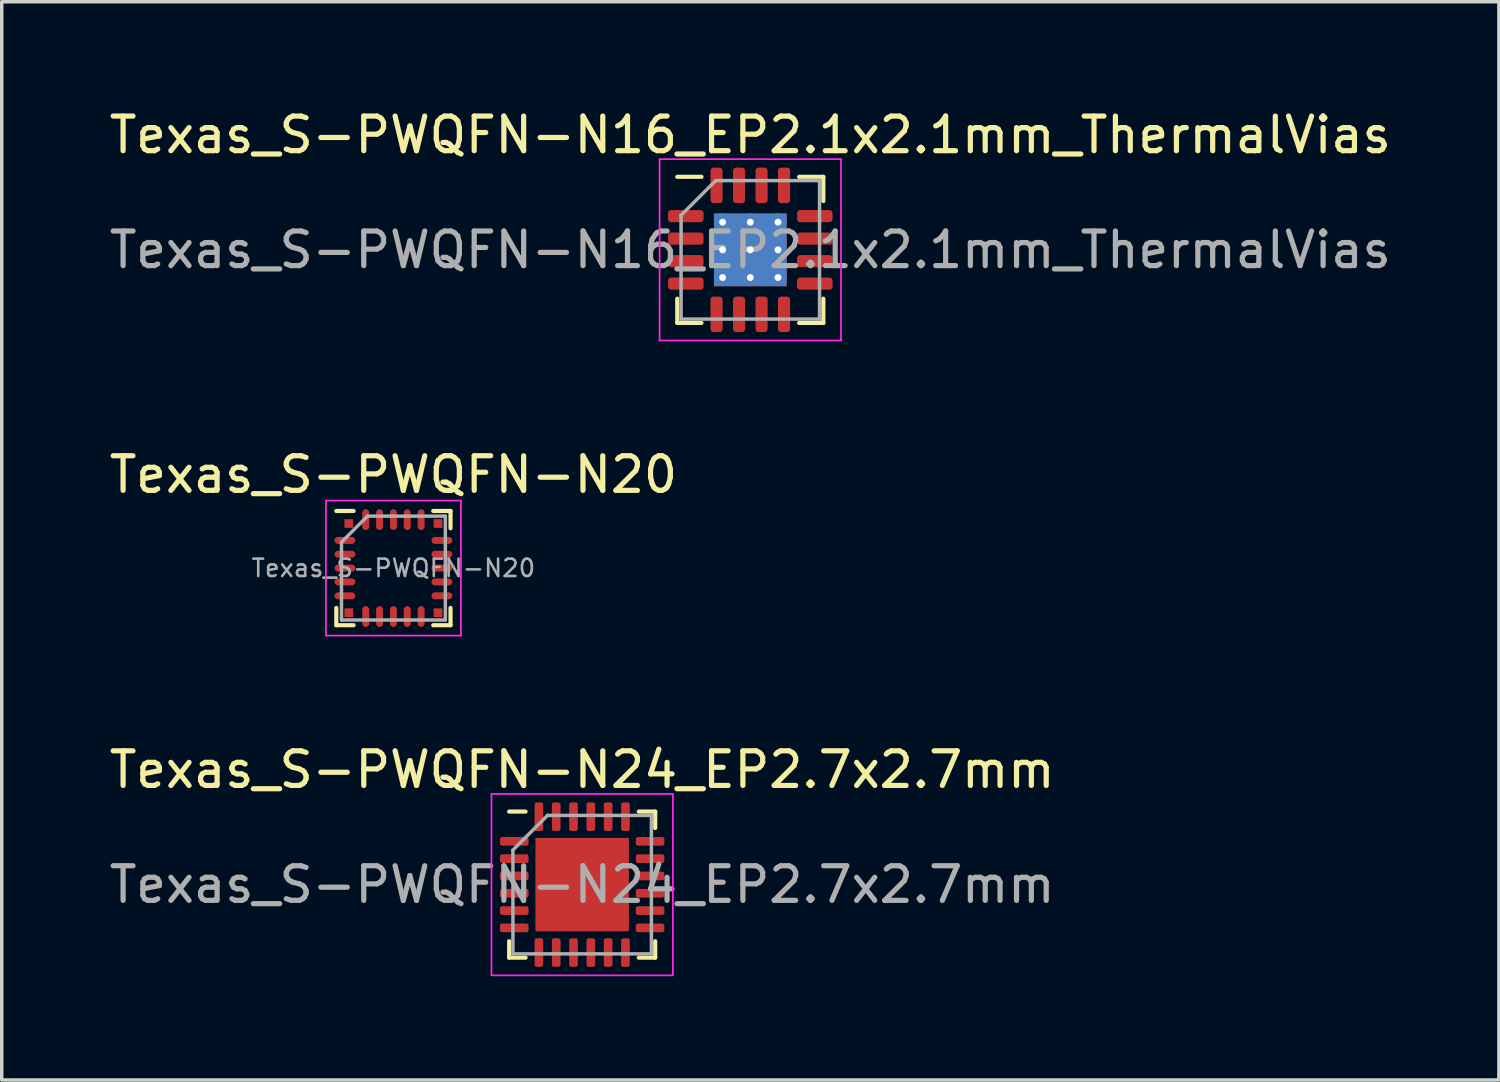
<source format=kicad_pcb>
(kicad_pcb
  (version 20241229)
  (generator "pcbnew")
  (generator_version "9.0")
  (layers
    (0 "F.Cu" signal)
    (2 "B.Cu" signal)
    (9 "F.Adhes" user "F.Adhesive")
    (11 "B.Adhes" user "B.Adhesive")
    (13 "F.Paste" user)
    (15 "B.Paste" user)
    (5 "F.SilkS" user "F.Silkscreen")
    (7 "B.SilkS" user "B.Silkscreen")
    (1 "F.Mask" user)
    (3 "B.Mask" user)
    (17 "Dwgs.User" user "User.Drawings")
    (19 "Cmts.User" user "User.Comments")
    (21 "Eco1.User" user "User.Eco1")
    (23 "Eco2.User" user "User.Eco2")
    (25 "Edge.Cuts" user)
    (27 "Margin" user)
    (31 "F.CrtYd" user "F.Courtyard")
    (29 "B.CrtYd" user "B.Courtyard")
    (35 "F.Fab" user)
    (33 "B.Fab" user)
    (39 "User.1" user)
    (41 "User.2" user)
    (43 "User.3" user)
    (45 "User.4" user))
  (footprint "Texas_S-PWQFN-N20"
    (layer "F.Cu")
    (at 8.315 13.361)
    (property "Reference" "Texas_S-PWQFN-N20" (at 0 -2.7 0) (layer "F.SilkS") (effects (font (size 1 1) (thickness 0.15))))
    (attr smd)
    (fp_line (start -1.65 1.65) (end -1.65 1.15) (stroke (width 0.12) (type solid)) (layer "F.SilkS"))
    (fp_line (start -1.15 -1.65) (end -1.65 -1.65) (stroke (width 0.12) (type solid)) (layer "F.SilkS"))
    (fp_line (start -1.15 1.65) (end -1.65 1.65) (stroke (width 0.12) (type solid)) (layer "F.SilkS"))
    (fp_line (start 1.15 -1.65) (end 1.65 -1.65) (stroke (width 0.12) (type solid)) (layer "F.SilkS"))
    (fp_line (start 1.15 1.65) (end 1.65 1.65) (stroke (width 0.12) (type solid)) (layer "F.SilkS"))
    (fp_line (start 1.65 -1.65) (end 1.65 -1.15) (stroke (width 0.12) (type solid)) (layer "F.SilkS"))
    (fp_line (start 1.65 1.65) (end 1.65 1.15) (stroke (width 0.12) (type solid)) (layer "F.SilkS"))
    (fp_line (start -1.95 -1.95) (end 1.95 -1.95) (stroke (width 0.05) (type solid)) (layer "F.CrtYd"))
    (fp_line (start -1.95 1.95) (end -1.95 -1.95) (stroke (width 0.05) (type solid)) (layer "F.CrtYd"))
    (fp_line (start 1.95 -1.95) (end 1.95 1.95) (stroke (width 0.05) (type solid)) (layer "F.CrtYd"))
    (fp_line (start 1.95 1.95) (end -1.95 1.95) (stroke (width 0.05) (type solid)) (layer "F.CrtYd"))
    (fp_line (start -1.5 -0.75) (end -1.5 1.5) (stroke (width 0.1) (type solid)) (layer "F.Fab"))
    (fp_line (start -1.5 1.5) (end 1.5 1.5) (stroke (width 0.1) (type solid)) (layer "F.Fab"))
    (fp_line (start -0.75 -1.5) (end -1.5 -0.75) (stroke (width 0.1) (type solid)) (layer "F.Fab"))
    (fp_line (start 1.5 -1.5) (end -0.75 -1.5) (stroke (width 0.1) (type solid)) (layer "F.Fab"))
    (fp_line (start 1.5 1.5) (end 1.5 -1.5) (stroke (width 0.1) (type solid)) (layer "F.Fab"))
    (fp_text user "${REFERENCE}" (at 0 0 0) (layer "F.Fab") (effects (font (size 0.5 0.5) (thickness 0.075))))
    (pad "" smd rect (at -1.288 -1.288) (size 0.25 0.25) (layers "F.Cu" "F.Mask" "F.Paste"))
    (pad "" smd rect (at -1.288 1.288) (size 0.25 0.25) (layers "F.Cu" "F.Mask" "F.Paste"))
    (pad "" smd rect (at 1.288 -1.288) (size 0.25 0.25) (layers "F.Cu" "F.Mask" "F.Paste"))
    (pad "" smd rect (at 1.288 1.288) (size 0.25 0.25) (layers "F.Cu" "F.Mask" "F.Paste"))
    (pad "1" smd oval (at -1.4 -0.8 90) (size 0.2 0.6) (layers "F.Cu" "F.Mask" "F.Paste"))
    (pad "2" smd oval (at -1.4 -0.4 90) (size 0.2 0.6) (layers "F.Cu" "F.Mask" "F.Paste"))
    (pad "3" smd oval (at -1.4 0 90) (size 0.2 0.6) (layers "F.Cu" "F.Mask" "F.Paste"))
    (pad "4" smd oval (at -1.4 0.4 90) (size 0.2 0.6) (layers "F.Cu" "F.Mask" "F.Paste"))
    (pad "5" smd oval (at -1.4 0.8 90) (size 0.2 0.6) (layers "F.Cu" "F.Mask" "F.Paste"))
    (pad "6" smd oval (at -0.8 1.4) (size 0.2 0.6) (layers "F.Cu" "F.Mask" "F.Paste"))
    (pad "7" smd oval (at -0.4 1.4) (size 0.2 0.6) (layers "F.Cu" "F.Mask" "F.Paste"))
    (pad "8" smd oval (at 0 1.4) (size 0.2 0.6) (layers "F.Cu" "F.Mask" "F.Paste"))
    (pad "9" smd oval (at 0.4 1.4) (size 0.2 0.6) (layers "F.Cu" "F.Mask" "F.Paste"))
    (pad "10" smd oval (at 0.8 1.4) (size 0.2 0.6) (layers "F.Cu" "F.Mask" "F.Paste"))
    (pad "11" smd oval (at 1.4 0.8 90) (size 0.2 0.6) (layers "F.Cu" "F.Mask" "F.Paste"))
    (pad "12" smd oval (at 1.4 0.4 90) (size 0.2 0.6) (layers "F.Cu" "F.Mask" "F.Paste"))
    (pad "13" smd oval (at 1.4 0 90) (size 0.2 0.6) (layers "F.Cu" "F.Mask" "F.Paste"))
    (pad "14" smd oval (at 1.4 -0.4 90) (size 0.2 0.6) (layers "F.Cu" "F.Mask" "F.Paste"))
    (pad "15" smd oval (at 1.4 -0.8 90) (size 0.2 0.6) (layers "F.Cu" "F.Mask" "F.Paste"))
    (pad "16" smd oval (at 0.8 -1.4) (size 0.2 0.6) (layers "F.Cu" "F.Mask" "F.Paste"))
    (pad "17" smd oval (at 0.4 -1.4) (size 0.2 0.6) (layers "F.Cu" "F.Mask" "F.Paste"))
    (pad "18" smd oval (at 0 -1.4) (size 0.2 0.6) (layers "F.Cu" "F.Mask" "F.Paste"))
    (pad "19" smd oval (at -0.4 -1.4) (size 0.2 0.6) (layers "F.Cu" "F.Mask" "F.Paste"))
    (pad "20" smd oval (at -0.8 -1.4) (size 0.2 0.6) (layers "F.Cu" "F.Mask" "F.Paste")))
  (footprint "Texas_S-PWQFN-N24_EP2.7x2.7mm"
    (layer "F.Cu")
    (at 13.768 22.505)
    (property "Reference" "Texas_S-PWQFN-N24_EP2.7x2.7mm" (at 0 -3.32 0) (layer "F.SilkS") (effects (font (size 1 1) (thickness 0.15))))
    (attr smd)
    (fp_line (start -2.11 2.11) (end -2.11 1.635) (stroke (width 0.12) (type solid)) (layer "F.SilkS"))
    (fp_line (start -1.635 -2.11) (end -2.11 -2.11) (stroke (width 0.12) (type solid)) (layer "F.SilkS"))
    (fp_line (start -1.635 2.11) (end -2.11 2.11) (stroke (width 0.12) (type solid)) (layer "F.SilkS"))
    (fp_line (start 1.635 -2.11) (end 2.11 -2.11) (stroke (width 0.12) (type solid)) (layer "F.SilkS"))
    (fp_line (start 1.635 2.11) (end 2.11 2.11) (stroke (width 0.12) (type solid)) (layer "F.SilkS"))
    (fp_line (start 2.11 -2.11) (end 2.11 -1.635) (stroke (width 0.12) (type solid)) (layer "F.SilkS"))
    (fp_line (start 2.11 2.11) (end 2.11 1.635) (stroke (width 0.12) (type solid)) (layer "F.SilkS"))
    (fp_line (start -2.62 -2.62) (end -2.62 2.62) (stroke (width 0.05) (type solid)) (layer "F.CrtYd"))
    (fp_line (start -2.62 2.62) (end 2.62 2.62) (stroke (width 0.05) (type solid)) (layer "F.CrtYd"))
    (fp_line (start 2.62 -2.62) (end -2.62 -2.62) (stroke (width 0.05) (type solid)) (layer "F.CrtYd"))
    (fp_line (start 2.62 2.62) (end 2.62 -2.62) (stroke (width 0.05) (type solid)) (layer "F.CrtYd"))
    (fp_line (start -2 -1) (end -1 -2) (stroke (width 0.1) (type solid)) (layer "F.Fab"))
    (fp_line (start -2 2) (end -2 -1) (stroke (width 0.1) (type solid)) (layer "F.Fab"))
    (fp_line (start -1 -2) (end 2 -2) (stroke (width 0.1) (type solid)) (layer "F.Fab"))
    (fp_line (start 2 -2) (end 2 2) (stroke (width 0.1) (type solid)) (layer "F.Fab"))
    (fp_line (start 2 2) (end -2 2) (stroke (width 0.1) (type solid)) (layer "F.Fab"))
    (fp_text user "${REFERENCE}" (at 0 0 0) (layer "F.Fab") (effects (font (size 1 1) (thickness 0.15))))
    (pad "" smd roundrect (at -0.675 -0.675) (size 1.09 1.09) (layers "F.Paste") (roundrect_rratio 0.229))
    (pad "" smd roundrect (at -0.675 0.675) (size 1.09 1.09) (layers "F.Paste") (roundrect_rratio 0.229))
    (pad "" smd roundrect (at 0.675 -0.675) (size 1.09 1.09) (layers "F.Paste") (roundrect_rratio 0.229))
    (pad "" smd roundrect (at 0.675 0.675) (size 1.09 1.09) (layers "F.Paste") (roundrect_rratio 0.229))
    (pad "1" smd roundrect (at -1.962 -1.25) (size 0.825 0.25) (layers "F.Cu" "F.Mask" "F.Paste") (roundrect_rratio 0.25))
    (pad "2" smd roundrect (at -1.962 -0.75) (size 0.825 0.25) (layers "F.Cu" "F.Mask" "F.Paste") (roundrect_rratio 0.25))
    (pad "3" smd roundrect (at -1.962 -0.25) (size 0.825 0.25) (layers "F.Cu" "F.Mask" "F.Paste") (roundrect_rratio 0.25))
    (pad "4" smd roundrect (at -1.962 0.25) (size 0.825 0.25) (layers "F.Cu" "F.Mask" "F.Paste") (roundrect_rratio 0.25))
    (pad "5" smd roundrect (at -1.962 0.75) (size 0.825 0.25) (layers "F.Cu" "F.Mask" "F.Paste") (roundrect_rratio 0.25))
    (pad "6" smd roundrect (at -1.962 1.25) (size 0.825 0.25) (layers "F.Cu" "F.Mask" "F.Paste") (roundrect_rratio 0.25))
    (pad "7" smd roundrect (at -1.25 1.962) (size 0.25 0.825) (layers "F.Cu" "F.Mask" "F.Paste") (roundrect_rratio 0.25))
    (pad "8" smd roundrect (at -0.75 1.962) (size 0.25 0.825) (layers "F.Cu" "F.Mask" "F.Paste") (roundrect_rratio 0.25))
    (pad "9" smd roundrect (at -0.25 1.962) (size 0.25 0.825) (layers "F.Cu" "F.Mask" "F.Paste") (roundrect_rratio 0.25))
    (pad "10" smd roundrect (at 0.25 1.962) (size 0.25 0.825) (layers "F.Cu" "F.Mask" "F.Paste") (roundrect_rratio 0.25))
    (pad "11" smd roundrect (at 0.75 1.962) (size 0.25 0.825) (layers "F.Cu" "F.Mask" "F.Paste") (roundrect_rratio 0.25))
    (pad "12" smd roundrect (at 1.25 1.962) (size 0.25 0.825) (layers "F.Cu" "F.Mask" "F.Paste") (roundrect_rratio 0.25))
    (pad "13" smd roundrect (at 1.962 1.25) (size 0.825 0.25) (layers "F.Cu" "F.Mask" "F.Paste") (roundrect_rratio 0.25))
    (pad "14" smd roundrect (at 1.962 0.75) (size 0.825 0.25) (layers "F.Cu" "F.Mask" "F.Paste") (roundrect_rratio 0.25))
    (pad "15" smd roundrect (at 1.962 0.25) (size 0.825 0.25) (layers "F.Cu" "F.Mask" "F.Paste") (roundrect_rratio 0.25))
    (pad "16" smd roundrect (at 1.962 -0.25) (size 0.825 0.25) (layers "F.Cu" "F.Mask" "F.Paste") (roundrect_rratio 0.25))
    (pad "17" smd roundrect (at 1.962 -0.75) (size 0.825 0.25) (layers "F.Cu" "F.Mask" "F.Paste") (roundrect_rratio 0.25))
    (pad "18" smd roundrect (at 1.962 -1.25) (size 0.825 0.25) (layers "F.Cu" "F.Mask" "F.Paste") (roundrect_rratio 0.25))
    (pad "19" smd roundrect (at 1.25 -1.962) (size 0.25 0.825) (layers "F.Cu" "F.Mask" "F.Paste") (roundrect_rratio 0.25))
    (pad "20" smd roundrect (at 0.75 -1.962) (size 0.25 0.825) (layers "F.Cu" "F.Mask" "F.Paste") (roundrect_rratio 0.25))
    (pad "21" smd roundrect (at 0.25 -1.962) (size 0.25 0.825) (layers "F.Cu" "F.Mask" "F.Paste") (roundrect_rratio 0.25))
    (pad "22" smd roundrect (at -0.25 -1.962) (size 0.25 0.825) (layers "F.Cu" "F.Mask" "F.Paste") (roundrect_rratio 0.25))
    (pad "23" smd roundrect (at -0.75 -1.962) (size 0.25 0.825) (layers "F.Cu" "F.Mask" "F.Paste") (roundrect_rratio 0.25))
    (pad "24" smd roundrect (at -1.25 -1.962) (size 0.25 0.825) (layers "F.Cu" "F.Mask" "F.Paste") (roundrect_rratio 0.25))
    (pad "25" smd rect (at 0 0) (size 2.7 2.7) (layers "F.Cu" "F.Mask")))
  (footprint "Texas_S-PWQFN-N16_EP2.1x2.1mm_ThermalVias"
    (layer "F.Cu")
    (at 18.625 4.168)
    (property "Reference" "Texas_S-PWQFN-N16_EP2.1x2.1mm_ThermalVias" (at 0 -3.32 0) (layer "F.SilkS") (effects (font (size 1 1) (thickness 0.15))))
    (attr smd)
    (fp_line (start -2.11 2.11) (end -2.11 1.41) (stroke (width 0.12) (type solid)) (layer "F.SilkS"))
    (fp_line (start -1.41 -2.11) (end -2.11 -2.11) (stroke (width 0.12) (type solid)) (layer "F.SilkS"))
    (fp_line (start -1.41 2.11) (end -2.11 2.11) (stroke (width 0.12) (type solid)) (layer "F.SilkS"))
    (fp_line (start 1.41 -2.11) (end 2.11 -2.11) (stroke (width 0.12) (type solid)) (layer "F.SilkS"))
    (fp_line (start 1.41 2.11) (end 2.11 2.11) (stroke (width 0.12) (type solid)) (layer "F.SilkS"))
    (fp_line (start 2.11 -2.11) (end 2.11 -1.41) (stroke (width 0.12) (type solid)) (layer "F.SilkS"))
    (fp_line (start 2.11 2.11) (end 2.11 1.41) (stroke (width 0.12) (type solid)) (layer "F.SilkS"))
    (fp_line (start -2.62 -2.62) (end -2.62 2.62) (stroke (width 0.05) (type solid)) (layer "F.CrtYd"))
    (fp_line (start -2.62 2.62) (end 2.62 2.62) (stroke (width 0.05) (type solid)) (layer "F.CrtYd"))
    (fp_line (start 2.62 -2.62) (end -2.62 -2.62) (stroke (width 0.05) (type solid)) (layer "F.CrtYd"))
    (fp_line (start 2.62 2.62) (end 2.62 -2.62) (stroke (width 0.05) (type solid)) (layer "F.CrtYd"))
    (fp_line (start -2 -1) (end -1 -2) (stroke (width 0.1) (type solid)) (layer "F.Fab"))
    (fp_line (start -2 2) (end -2 -1) (stroke (width 0.1) (type solid)) (layer "F.Fab"))
    (fp_line (start -1 -2) (end 2 -2) (stroke (width 0.1) (type solid)) (layer "F.Fab"))
    (fp_line (start 2 -2) (end 2 2) (stroke (width 0.1) (type solid)) (layer "F.Fab"))
    (fp_line (start 2 2) (end -2 2) (stroke (width 0.1) (type solid)) (layer "F.Fab"))
    (fp_text user "${REFERENCE}" (at 0 0 0) (layer "F.Fab") (effects (font (size 1 1) (thickness 0.15))))
    (pad "" smd roundrect (at -0.525 -0.525) (size 0.88 0.88) (layers "F.Paste") (roundrect_rratio 0.25))
    (pad "" smd roundrect (at -0.525 0.525) (size 0.88 0.88) (layers "F.Paste") (roundrect_rratio 0.25))
    (pad "" smd roundrect (at 0.525 -0.525) (size 0.88 0.88) (layers "F.Paste") (roundrect_rratio 0.25))
    (pad "" smd roundrect (at 0.525 0.525) (size 0.88 0.88) (layers "F.Paste") (roundrect_rratio 0.25))
    (pad "1" smd roundrect (at -1.863 -0.975) (size 1.025 0.35) (layers "F.Cu" "F.Mask" "F.Paste") (roundrect_rratio 0.25))
    (pad "2" smd roundrect (at -1.863 -0.325) (size 1.025 0.35) (layers "F.Cu" "F.Mask" "F.Paste") (roundrect_rratio 0.25))
    (pad "3" smd roundrect (at -1.863 0.325) (size 1.025 0.35) (layers "F.Cu" "F.Mask" "F.Paste") (roundrect_rratio 0.25))
    (pad "4" smd roundrect (at -1.863 0.975) (size 1.025 0.35) (layers "F.Cu" "F.Mask" "F.Paste") (roundrect_rratio 0.25))
    (pad "5" smd roundrect (at -0.975 1.863) (size 0.35 1.025) (layers "F.Cu" "F.Mask" "F.Paste") (roundrect_rratio 0.25))
    (pad "6" smd roundrect (at -0.325 1.863) (size 0.35 1.025) (layers "F.Cu" "F.Mask" "F.Paste") (roundrect_rratio 0.25))
    (pad "7" smd roundrect (at 0.325 1.863) (size 0.35 1.025) (layers "F.Cu" "F.Mask" "F.Paste") (roundrect_rratio 0.25))
    (pad "8" smd roundrect (at 0.975 1.863) (size 0.35 1.025) (layers "F.Cu" "F.Mask" "F.Paste") (roundrect_rratio 0.25))
    (pad "9" smd roundrect (at 1.863 0.975) (size 1.025 0.35) (layers "F.Cu" "F.Mask" "F.Paste") (roundrect_rratio 0.25))
    (pad "10" smd roundrect (at 1.863 0.325) (size 1.025 0.35) (layers "F.Cu" "F.Mask" "F.Paste") (roundrect_rratio 0.25))
    (pad "11" smd roundrect (at 1.863 -0.325) (size 1.025 0.35) (layers "F.Cu" "F.Mask" "F.Paste") (roundrect_rratio 0.25))
    (pad "12" smd roundrect (at 1.863 -0.975) (size 1.025 0.35) (layers "F.Cu" "F.Mask" "F.Paste") (roundrect_rratio 0.25))
    (pad "13" smd roundrect (at 0.975 -1.863) (size 0.35 1.025) (layers "F.Cu" "F.Mask" "F.Paste") (roundrect_rratio 0.25))
    (pad "14" smd roundrect (at 0.325 -1.863) (size 0.35 1.025) (layers "F.Cu" "F.Mask" "F.Paste") (roundrect_rratio 0.25))
    (pad "15" smd roundrect (at -0.325 -1.863) (size 0.35 1.025) (layers "F.Cu" "F.Mask" "F.Paste") (roundrect_rratio 0.25))
    (pad "16" smd roundrect (at -0.975 -1.863) (size 0.35 1.025) (layers "F.Cu" "F.Mask" "F.Paste") (roundrect_rratio 0.25))
    (pad "17" thru_hole circle (at -0.8 -0.8) (size 0.5 0.5) (drill 0.2) (layers "*.Cu"))
    (pad "17" thru_hole circle (at -0.8 0) (size 0.5 0.5) (drill 0.2) (layers "*.Cu"))
    (pad "17" thru_hole circle (at -0.8 0.8) (size 0.5 0.5) (drill 0.2) (layers "*.Cu"))
    (pad "17" thru_hole circle (at 0 -0.8) (size 0.5 0.5) (drill 0.2) (layers "*.Cu"))
    (pad "17" thru_hole circle (at 0 0) (size 0.5 0.5) (drill 0.2) (layers "*.Cu"))
    (pad "17" smd rect (at 0 0) (size 2.1 2.1) (layers "F.Cu" "F.Mask"))
    (pad "17" smd rect (at 0 0) (size 2.1 2.1) (layers "B.Cu"))
    (pad "17" thru_hole circle (at 0 0.8) (size 0.5 0.5) (drill 0.2) (layers "*.Cu"))
    (pad "17" thru_hole circle (at 0.8 -0.8) (size 0.5 0.5) (drill 0.2) (layers "*.Cu"))
    (pad "17" thru_hole circle (at 0.8 0) (size 0.5 0.5) (drill 0.2) (layers "*.Cu"))
    (pad "17" thru_hole circle (at 0.8 0.8) (size 0.5 0.5) (drill 0.2) (layers "*.Cu")))
  (gr_rect
    (start -3 -3)
    (end 40.25 28.15)
    (stroke (width 0.1) (type default))
    (fill no)
    (layer "Edge.Cuts")))
</source>
